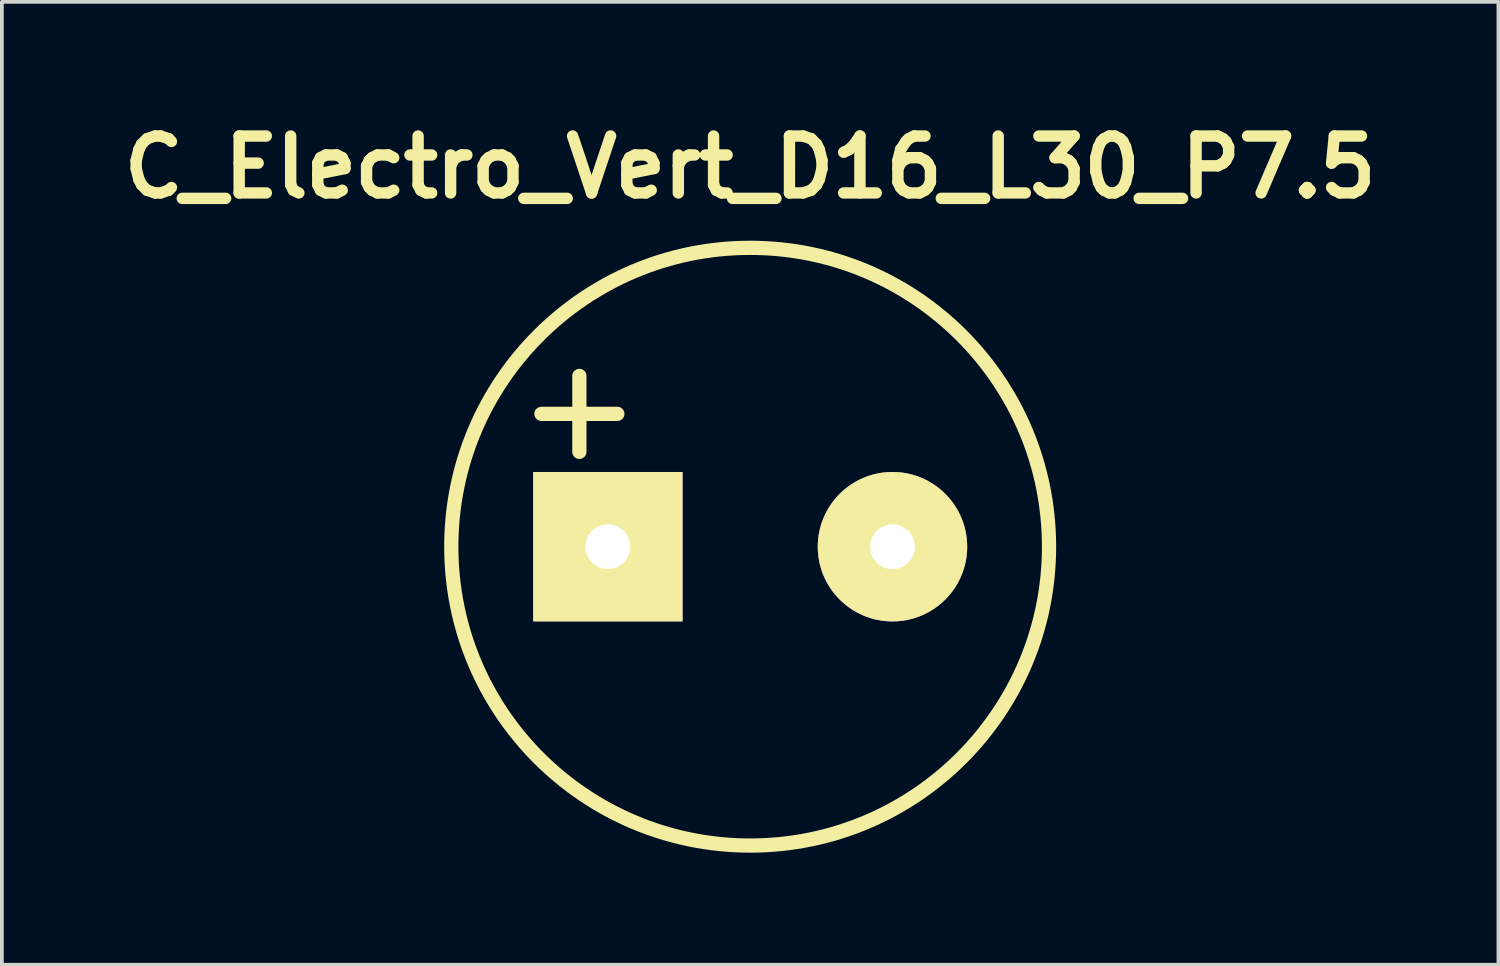
<source format=kicad_pcb>
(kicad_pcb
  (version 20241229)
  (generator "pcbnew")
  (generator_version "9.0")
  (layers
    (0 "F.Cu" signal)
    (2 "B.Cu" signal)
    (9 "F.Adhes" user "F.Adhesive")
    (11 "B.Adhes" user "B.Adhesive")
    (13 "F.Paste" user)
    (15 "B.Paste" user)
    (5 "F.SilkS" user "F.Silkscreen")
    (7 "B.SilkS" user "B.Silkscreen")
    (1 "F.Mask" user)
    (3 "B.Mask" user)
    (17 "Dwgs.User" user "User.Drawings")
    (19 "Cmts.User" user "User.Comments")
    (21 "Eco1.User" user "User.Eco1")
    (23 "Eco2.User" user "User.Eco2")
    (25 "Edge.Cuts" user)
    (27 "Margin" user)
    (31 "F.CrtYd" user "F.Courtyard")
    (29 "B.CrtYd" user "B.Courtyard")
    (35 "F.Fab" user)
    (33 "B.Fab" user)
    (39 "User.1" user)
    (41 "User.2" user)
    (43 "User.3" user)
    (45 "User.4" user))
  (footprint "C_Electro_Vert_D16_L30_P7.5"
    (layer "F.Cu")
    (at 17.033 11.586)
    (property "Reference" "C_Electro_Vert_D16_L30_P7.5" (at 0 -10.16 0) (layer "F.SilkS") (effects (font (size 1.524 1.524) (thickness 0.305))))
    (attr through_hole)
    (fp_line (start -5.588 -3.556) (end -3.556 -3.556) (stroke (width 0.381) (type solid)) (layer "F.SilkS"))
    (fp_line (start -4.572 -4.572) (end -4.572 -2.54) (stroke (width 0.381) (type solid)) (layer "F.SilkS"))
    (fp_circle (center 0 0) (end 8.001 0) (stroke (width 0.381) (type solid)) (fill no) (layer "F.SilkS"))
    (pad "1" thru_hole rect (at -3.81 0) (size 4 4) (drill 1.199) (layers "*.Cu" "*.Mask" "F.SilkS"))
    (pad "2" thru_hole circle (at 3.81 0) (size 4 4) (drill 1.199) (layers "*.Cu" "*.Mask" "F.SilkS")))
  (gr_rect
    (start -3 -3)
    (end 37.065 22.778)
    (stroke (width 0.1) (type default))
    (fill no)
    (layer "Edge.Cuts")))
</source>
